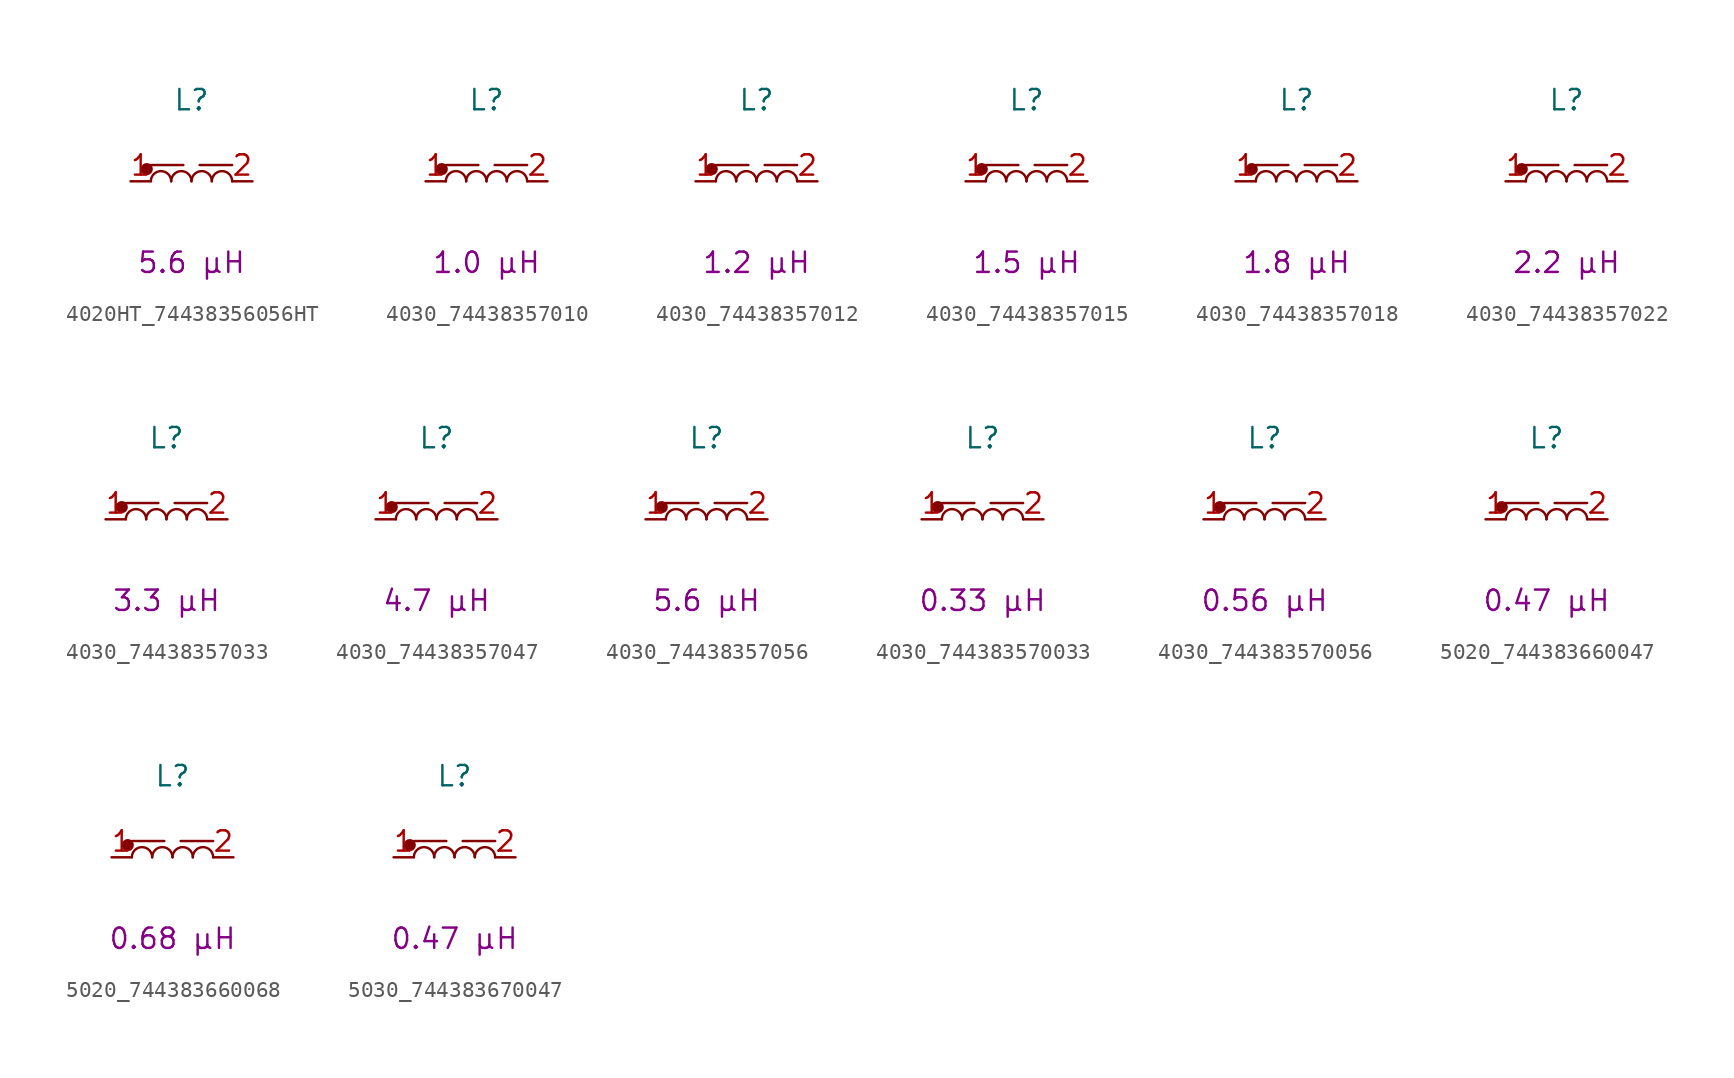
<source format=kicad_sym>
(kicad_symbol_lib
  (version 20241209)
  (generator "kicad_symbol_editor")
  (generator_version "9.0")
  (symbol "4020HT_74438356056HT"
    (pin_names
      (hide yes))
    (property "Reference" "L"
      (at 0 5.08 0)
      (effects (font (size 1.27 1.27))))
    (property "Critical Parameter" "5.6 µH"
      (at 0 -5.08 0)
      (effects (font (size 1.27 1.27))))
    (symbol "4020HT_74438356056HT_0_1"
      (polyline (pts (xy -2.54 1.016) (xy -0.508 1.016)) (stroke (width 0) (type default)) (fill (type none)))
      (arc (start -2.54 0) (mid -1.905 0.6323) (end -1.27 0) (stroke (width 0) (type default)) (fill (type none)))
      (arc (start -1.27 0) (mid -0.635 0.6323) (end 0 0) (stroke (width 0) (type default)) (fill (type none)))
      (arc (start 0 0) (mid 0.635 0.6323) (end 1.27 0) (stroke (width 0) (type default)) (fill (type none)))
      (arc (start 1.27 0) (mid 1.905 0.6323) (end 2.54 0) (stroke (width 0) (type default)) (fill (type none))))
    (symbol "4020HT_74438356056HT_1_1"
      (circle (center -2.794 0.762) (radius 0.0001) (stroke (width 0.381) (type default)) (fill (type none)))
      (polyline (pts (xy 2.54 1.016) (xy 0.508 1.016)) (stroke (width 0) (type default)) (fill (type none)))
      (pin passive line (at -3.81 0 0) (length 1.27) (name "1" (effects (font (size 1.27 1.27)))) (number "1" (effects (font (size 1.27 1.27)))))
      (pin passive line (at 3.81 0 180) (length 1.27) (name "2" (effects (font (size 1.27 1.27)))) (number "2" (effects (font (size 1.27 1.27)))))))
  (symbol "4030_74438357010"
    (pin_names
      (hide yes))
    (property "Reference" "L"
      (at 0 5.08 0)
      (effects (font (size 1.27 1.27))))
    (property "Critical Parameter" "1.0 µH"
      (at 0 -5.08 0)
      (effects (font (size 1.27 1.27))))
    (symbol "4030_74438357010_0_1"
      (polyline (pts (xy -2.54 1.016) (xy -0.508 1.016)) (stroke (width 0) (type default)) (fill (type none)))
      (arc (start -2.54 0) (mid -1.905 0.6323) (end -1.27 0) (stroke (width 0) (type default)) (fill (type none)))
      (arc (start -1.27 0) (mid -0.635 0.6323) (end 0 0) (stroke (width 0) (type default)) (fill (type none)))
      (arc (start 0 0) (mid 0.635 0.6323) (end 1.27 0) (stroke (width 0) (type default)) (fill (type none)))
      (arc (start 1.27 0) (mid 1.905 0.6323) (end 2.54 0) (stroke (width 0) (type default)) (fill (type none))))
    (symbol "4030_74438357010_1_1"
      (circle (center -2.794 0.762) (radius 0.0001) (stroke (width 0.381) (type default)) (fill (type none)))
      (polyline (pts (xy 2.54 1.016) (xy 0.508 1.016)) (stroke (width 0) (type default)) (fill (type none)))
      (pin passive line (at -3.81 0 0) (length 1.27) (name "1" (effects (font (size 1.27 1.27)))) (number "1" (effects (font (size 1.27 1.27)))))
      (pin passive line (at 3.81 0 180) (length 1.27) (name "2" (effects (font (size 1.27 1.27)))) (number "2" (effects (font (size 1.27 1.27)))))))
  (symbol "4030_74438357012"
    (pin_names
      (hide yes))
    (property "Reference" "L"
      (at 0 5.08 0)
      (effects (font (size 1.27 1.27))))
    (property "Critical Parameter" "1.2 µH"
      (at 0 -5.08 0)
      (effects (font (size 1.27 1.27))))
    (symbol "4030_74438357012_0_1"
      (polyline (pts (xy -2.54 1.016) (xy -0.508 1.016)) (stroke (width 0) (type default)) (fill (type none)))
      (arc (start -2.54 0) (mid -1.905 0.6323) (end -1.27 0) (stroke (width 0) (type default)) (fill (type none)))
      (arc (start -1.27 0) (mid -0.635 0.6323) (end 0 0) (stroke (width 0) (type default)) (fill (type none)))
      (arc (start 0 0) (mid 0.635 0.6323) (end 1.27 0) (stroke (width 0) (type default)) (fill (type none)))
      (arc (start 1.27 0) (mid 1.905 0.6323) (end 2.54 0) (stroke (width 0) (type default)) (fill (type none))))
    (symbol "4030_74438357012_1_1"
      (circle (center -2.794 0.762) (radius 0.0001) (stroke (width 0.381) (type default)) (fill (type none)))
      (polyline (pts (xy 2.54 1.016) (xy 0.508 1.016)) (stroke (width 0) (type default)) (fill (type none)))
      (pin passive line (at -3.81 0 0) (length 1.27) (name "1" (effects (font (size 1.27 1.27)))) (number "1" (effects (font (size 1.27 1.27)))))
      (pin passive line (at 3.81 0 180) (length 1.27) (name "2" (effects (font (size 1.27 1.27)))) (number "2" (effects (font (size 1.27 1.27)))))))
  (symbol "4030_74438357015"
    (pin_names
      (hide yes))
    (property "Reference" "L"
      (at 0 5.08 0)
      (effects (font (size 1.27 1.27))))
    (property "Critical Parameter" "1.5 µH"
      (at 0 -5.08 0)
      (effects (font (size 1.27 1.27))))
    (symbol "4030_74438357015_0_1"
      (polyline (pts (xy -2.54 1.016) (xy -0.508 1.016)) (stroke (width 0) (type default)) (fill (type none)))
      (arc (start -2.54 0) (mid -1.905 0.6323) (end -1.27 0) (stroke (width 0) (type default)) (fill (type none)))
      (arc (start -1.27 0) (mid -0.635 0.6323) (end 0 0) (stroke (width 0) (type default)) (fill (type none)))
      (arc (start 0 0) (mid 0.635 0.6323) (end 1.27 0) (stroke (width 0) (type default)) (fill (type none)))
      (arc (start 1.27 0) (mid 1.905 0.6323) (end 2.54 0) (stroke (width 0) (type default)) (fill (type none))))
    (symbol "4030_74438357015_1_1"
      (circle (center -2.794 0.762) (radius 0.0001) (stroke (width 0.381) (type default)) (fill (type none)))
      (polyline (pts (xy 2.54 1.016) (xy 0.508 1.016)) (stroke (width 0) (type default)) (fill (type none)))
      (pin passive line (at -3.81 0 0) (length 1.27) (name "1" (effects (font (size 1.27 1.27)))) (number "1" (effects (font (size 1.27 1.27)))))
      (pin passive line (at 3.81 0 180) (length 1.27) (name "2" (effects (font (size 1.27 1.27)))) (number "2" (effects (font (size 1.27 1.27)))))))
  (symbol "4030_74438357018"
    (pin_names
      (hide yes))
    (property "Reference" "L"
      (at 0 5.08 0)
      (effects (font (size 1.27 1.27))))
    (property "Critical Parameter" "1.8 µH"
      (at 0 -5.08 0)
      (effects (font (size 1.27 1.27))))
    (symbol "4030_74438357018_0_1"
      (polyline (pts (xy -2.54 1.016) (xy -0.508 1.016)) (stroke (width 0) (type default)) (fill (type none)))
      (arc (start -2.54 0) (mid -1.905 0.6323) (end -1.27 0) (stroke (width 0) (type default)) (fill (type none)))
      (arc (start -1.27 0) (mid -0.635 0.6323) (end 0 0) (stroke (width 0) (type default)) (fill (type none)))
      (arc (start 0 0) (mid 0.635 0.6323) (end 1.27 0) (stroke (width 0) (type default)) (fill (type none)))
      (arc (start 1.27 0) (mid 1.905 0.6323) (end 2.54 0) (stroke (width 0) (type default)) (fill (type none))))
    (symbol "4030_74438357018_1_1"
      (circle (center -2.794 0.762) (radius 0.0001) (stroke (width 0.381) (type default)) (fill (type none)))
      (polyline (pts (xy 2.54 1.016) (xy 0.508 1.016)) (stroke (width 0) (type default)) (fill (type none)))
      (pin passive line (at -3.81 0 0) (length 1.27) (name "1" (effects (font (size 1.27 1.27)))) (number "1" (effects (font (size 1.27 1.27)))))
      (pin passive line (at 3.81 0 180) (length 1.27) (name "2" (effects (font (size 1.27 1.27)))) (number "2" (effects (font (size 1.27 1.27)))))))
  (symbol "4030_74438357022"
    (pin_names
      (hide yes))
    (property "Reference" "L"
      (at 0 5.08 0)
      (effects (font (size 1.27 1.27))))
    (property "Critical Parameter" "2.2 µH"
      (at 0 -5.08 0)
      (effects (font (size 1.27 1.27))))
    (symbol "4030_74438357022_0_1"
      (polyline (pts (xy -2.54 1.016) (xy -0.508 1.016)) (stroke (width 0) (type default)) (fill (type none)))
      (arc (start -2.54 0) (mid -1.905 0.6323) (end -1.27 0) (stroke (width 0) (type default)) (fill (type none)))
      (arc (start -1.27 0) (mid -0.635 0.6323) (end 0 0) (stroke (width 0) (type default)) (fill (type none)))
      (arc (start 0 0) (mid 0.635 0.6323) (end 1.27 0) (stroke (width 0) (type default)) (fill (type none)))
      (arc (start 1.27 0) (mid 1.905 0.6323) (end 2.54 0) (stroke (width 0) (type default)) (fill (type none))))
    (symbol "4030_74438357022_1_1"
      (circle (center -2.794 0.762) (radius 0.0001) (stroke (width 0.381) (type default)) (fill (type none)))
      (polyline (pts (xy 2.54 1.016) (xy 0.508 1.016)) (stroke (width 0) (type default)) (fill (type none)))
      (pin passive line (at -3.81 0 0) (length 1.27) (name "1" (effects (font (size 1.27 1.27)))) (number "1" (effects (font (size 1.27 1.27)))))
      (pin passive line (at 3.81 0 180) (length 1.27) (name "2" (effects (font (size 1.27 1.27)))) (number "2" (effects (font (size 1.27 1.27)))))))
  (symbol "4030_74438357033"
    (pin_names
      (hide yes))
    (property "Reference" "L"
      (at 0 5.08 0)
      (effects (font (size 1.27 1.27))))
    (property "Critical Parameter" "3.3 µH"
      (at 0 -5.08 0)
      (effects (font (size 1.27 1.27))))
    (symbol "4030_74438357033_0_1"
      (polyline (pts (xy -2.54 1.016) (xy -0.508 1.016)) (stroke (width 0) (type default)) (fill (type none)))
      (arc (start -2.54 0) (mid -1.905 0.6323) (end -1.27 0) (stroke (width 0) (type default)) (fill (type none)))
      (arc (start -1.27 0) (mid -0.635 0.6323) (end 0 0) (stroke (width 0) (type default)) (fill (type none)))
      (arc (start 0 0) (mid 0.635 0.6323) (end 1.27 0) (stroke (width 0) (type default)) (fill (type none)))
      (arc (start 1.27 0) (mid 1.905 0.6323) (end 2.54 0) (stroke (width 0) (type default)) (fill (type none))))
    (symbol "4030_74438357033_1_1"
      (circle (center -2.794 0.762) (radius 0.0001) (stroke (width 0.381) (type default)) (fill (type none)))
      (polyline (pts (xy 2.54 1.016) (xy 0.508 1.016)) (stroke (width 0) (type default)) (fill (type none)))
      (pin passive line (at -3.81 0 0) (length 1.27) (name "1" (effects (font (size 1.27 1.27)))) (number "1" (effects (font (size 1.27 1.27)))))
      (pin passive line (at 3.81 0 180) (length 1.27) (name "2" (effects (font (size 1.27 1.27)))) (number "2" (effects (font (size 1.27 1.27)))))))
  (symbol "4030_74438357047"
    (pin_names
      (hide yes))
    (property "Reference" "L"
      (at 0 5.08 0)
      (effects (font (size 1.27 1.27))))
    (property "Critical Parameter" "4.7 µH"
      (at 0 -5.08 0)
      (effects (font (size 1.27 1.27))))
    (symbol "4030_74438357047_0_1"
      (polyline (pts (xy -2.54 1.016) (xy -0.508 1.016)) (stroke (width 0) (type default)) (fill (type none)))
      (arc (start -2.54 0) (mid -1.905 0.6323) (end -1.27 0) (stroke (width 0) (type default)) (fill (type none)))
      (arc (start -1.27 0) (mid -0.635 0.6323) (end 0 0) (stroke (width 0) (type default)) (fill (type none)))
      (arc (start 0 0) (mid 0.635 0.6323) (end 1.27 0) (stroke (width 0) (type default)) (fill (type none)))
      (arc (start 1.27 0) (mid 1.905 0.6323) (end 2.54 0) (stroke (width 0) (type default)) (fill (type none))))
    (symbol "4030_74438357047_1_1"
      (circle (center -2.794 0.762) (radius 0.0001) (stroke (width 0.381) (type default)) (fill (type none)))
      (polyline (pts (xy 2.54 1.016) (xy 0.508 1.016)) (stroke (width 0) (type default)) (fill (type none)))
      (pin passive line (at -3.81 0 0) (length 1.27) (name "1" (effects (font (size 1.27 1.27)))) (number "1" (effects (font (size 1.27 1.27)))))
      (pin passive line (at 3.81 0 180) (length 1.27) (name "2" (effects (font (size 1.27 1.27)))) (number "2" (effects (font (size 1.27 1.27)))))))
  (symbol "4030_74438357056"
    (pin_names
      (hide yes))
    (property "Reference" "L"
      (at 0 5.08 0)
      (effects (font (size 1.27 1.27))))
    (property "Critical Parameter" "5.6 µH"
      (at 0 -5.08 0)
      (effects (font (size 1.27 1.27))))
    (symbol "4030_74438357056_0_1"
      (polyline (pts (xy -2.54 1.016) (xy -0.508 1.016)) (stroke (width 0) (type default)) (fill (type none)))
      (arc (start -2.54 0) (mid -1.905 0.6323) (end -1.27 0) (stroke (width 0) (type default)) (fill (type none)))
      (arc (start -1.27 0) (mid -0.635 0.6323) (end 0 0) (stroke (width 0) (type default)) (fill (type none)))
      (arc (start 0 0) (mid 0.635 0.6323) (end 1.27 0) (stroke (width 0) (type default)) (fill (type none)))
      (arc (start 1.27 0) (mid 1.905 0.6323) (end 2.54 0) (stroke (width 0) (type default)) (fill (type none))))
    (symbol "4030_74438357056_1_1"
      (circle (center -2.794 0.762) (radius 0.0001) (stroke (width 0.381) (type default)) (fill (type none)))
      (polyline (pts (xy 2.54 1.016) (xy 0.508 1.016)) (stroke (width 0) (type default)) (fill (type none)))
      (pin passive line (at -3.81 0 0) (length 1.27) (name "1" (effects (font (size 1.27 1.27)))) (number "1" (effects (font (size 1.27 1.27)))))
      (pin passive line (at 3.81 0 180) (length 1.27) (name "2" (effects (font (size 1.27 1.27)))) (number "2" (effects (font (size 1.27 1.27)))))))
  (symbol "4030_744383570033"
    (pin_names
      (hide yes))
    (property "Reference" "L"
      (at 0 5.08 0)
      (effects (font (size 1.27 1.27))))
    (property "Critical Parameter" "0.33 µH"
      (at 0 -5.08 0)
      (effects (font (size 1.27 1.27))))
    (symbol "4030_744383570033_0_1"
      (polyline (pts (xy -2.54 1.016) (xy -0.508 1.016)) (stroke (width 0) (type default)) (fill (type none)))
      (arc (start -2.54 0) (mid -1.905 0.6323) (end -1.27 0) (stroke (width 0) (type default)) (fill (type none)))
      (arc (start -1.27 0) (mid -0.635 0.6323) (end 0 0) (stroke (width 0) (type default)) (fill (type none)))
      (arc (start 0 0) (mid 0.635 0.6323) (end 1.27 0) (stroke (width 0) (type default)) (fill (type none)))
      (arc (start 1.27 0) (mid 1.905 0.6323) (end 2.54 0) (stroke (width 0) (type default)) (fill (type none))))
    (symbol "4030_744383570033_1_1"
      (circle (center -2.794 0.762) (radius 0.0001) (stroke (width 0.381) (type default)) (fill (type none)))
      (polyline (pts (xy 2.54 1.016) (xy 0.508 1.016)) (stroke (width 0) (type default)) (fill (type none)))
      (pin passive line (at -3.81 0 0) (length 1.27) (name "1" (effects (font (size 1.27 1.27)))) (number "1" (effects (font (size 1.27 1.27)))))
      (pin passive line (at 3.81 0 180) (length 1.27) (name "2" (effects (font (size 1.27 1.27)))) (number "2" (effects (font (size 1.27 1.27)))))))
  (symbol "4030_744383570056"
    (pin_names
      (hide yes))
    (property "Reference" "L"
      (at 0 5.08 0)
      (effects (font (size 1.27 1.27))))
    (property "Critical Parameter" "0.56 µH"
      (at 0 -5.08 0)
      (effects (font (size 1.27 1.27))))
    (symbol "4030_744383570056_0_1"
      (polyline (pts (xy -2.54 1.016) (xy -0.508 1.016)) (stroke (width 0) (type default)) (fill (type none)))
      (arc (start -2.54 0) (mid -1.905 0.6323) (end -1.27 0) (stroke (width 0) (type default)) (fill (type none)))
      (arc (start -1.27 0) (mid -0.635 0.6323) (end 0 0) (stroke (width 0) (type default)) (fill (type none)))
      (arc (start 0 0) (mid 0.635 0.6323) (end 1.27 0) (stroke (width 0) (type default)) (fill (type none)))
      (arc (start 1.27 0) (mid 1.905 0.6323) (end 2.54 0) (stroke (width 0) (type default)) (fill (type none))))
    (symbol "4030_744383570056_1_1"
      (circle (center -2.794 0.762) (radius 0.0001) (stroke (width 0.381) (type default)) (fill (type none)))
      (polyline (pts (xy 2.54 1.016) (xy 0.508 1.016)) (stroke (width 0) (type default)) (fill (type none)))
      (pin passive line (at -3.81 0 0) (length 1.27) (name "1" (effects (font (size 1.27 1.27)))) (number "1" (effects (font (size 1.27 1.27)))))
      (pin passive line (at 3.81 0 180) (length 1.27) (name "2" (effects (font (size 1.27 1.27)))) (number "2" (effects (font (size 1.27 1.27)))))))
  (symbol "5020_744383660047"
    (pin_names
      (hide yes))
    (property "Reference" "L"
      (at 0 5.08 0)
      (effects (font (size 1.27 1.27))))
    (property "Critical Parameter" "0.47 µH"
      (at 0 -5.08 0)
      (effects (font (size 1.27 1.27))))
    (symbol "5020_744383660047_0_1"
      (polyline (pts (xy -2.54 1.016) (xy -0.508 1.016)) (stroke (width 0) (type default)) (fill (type none)))
      (arc (start -2.54 0) (mid -1.905 0.6323) (end -1.27 0) (stroke (width 0) (type default)) (fill (type none)))
      (arc (start -1.27 0) (mid -0.635 0.6323) (end 0 0) (stroke (width 0) (type default)) (fill (type none)))
      (arc (start 0 0) (mid 0.635 0.6323) (end 1.27 0) (stroke (width 0) (type default)) (fill (type none)))
      (arc (start 1.27 0) (mid 1.905 0.6323) (end 2.54 0) (stroke (width 0) (type default)) (fill (type none))))
    (symbol "5020_744383660047_1_1"
      (circle (center -2.794 0.762) (radius 0.0001) (stroke (width 0.381) (type default)) (fill (type none)))
      (polyline (pts (xy 2.54 1.016) (xy 0.508 1.016)) (stroke (width 0) (type default)) (fill (type none)))
      (pin passive line (at -3.81 0 0) (length 1.27) (name "1" (effects (font (size 1.27 1.27)))) (number "1" (effects (font (size 1.27 1.27)))))
      (pin passive line (at 3.81 0 180) (length 1.27) (name "2" (effects (font (size 1.27 1.27)))) (number "2" (effects (font (size 1.27 1.27)))))))
  (symbol "5020_744383660068"
    (pin_names
      (hide yes))
    (property "Reference" "L"
      (at 0 5.08 0)
      (effects (font (size 1.27 1.27))))
    (property "Critical Parameter" "0.68 µH"
      (at 0 -5.08 0)
      (effects (font (size 1.27 1.27))))
    (symbol "5020_744383660068_0_1"
      (polyline (pts (xy -2.54 1.016) (xy -0.508 1.016)) (stroke (width 0) (type default)) (fill (type none)))
      (arc (start -2.54 0) (mid -1.905 0.6323) (end -1.27 0) (stroke (width 0) (type default)) (fill (type none)))
      (arc (start -1.27 0) (mid -0.635 0.6323) (end 0 0) (stroke (width 0) (type default)) (fill (type none)))
      (arc (start 0 0) (mid 0.635 0.6323) (end 1.27 0) (stroke (width 0) (type default)) (fill (type none)))
      (arc (start 1.27 0) (mid 1.905 0.6323) (end 2.54 0) (stroke (width 0) (type default)) (fill (type none))))
    (symbol "5020_744383660068_1_1"
      (circle (center -2.794 0.762) (radius 0.0001) (stroke (width 0.381) (type default)) (fill (type none)))
      (polyline (pts (xy 2.54 1.016) (xy 0.508 1.016)) (stroke (width 0) (type default)) (fill (type none)))
      (pin passive line (at -3.81 0 0) (length 1.27) (name "1" (effects (font (size 1.27 1.27)))) (number "1" (effects (font (size 1.27 1.27)))))
      (pin passive line (at 3.81 0 180) (length 1.27) (name "2" (effects (font (size 1.27 1.27)))) (number "2" (effects (font (size 1.27 1.27)))))))
  (symbol "5030_744383670047"
    (pin_names
      (hide yes))
    (property "Reference" "L"
      (at 0 5.08 0)
      (effects (font (size 1.27 1.27))))
    (property "Critical Parameter" "0.47 µH"
      (at 0 -5.08 0)
      (effects (font (size 1.27 1.27))))
    (symbol "5030_744383670047_0_1"
      (polyline (pts (xy -2.54 1.016) (xy -0.508 1.016)) (stroke (width 0) (type default)) (fill (type none)))
      (arc (start -2.54 0) (mid -1.905 0.6323) (end -1.27 0) (stroke (width 0) (type default)) (fill (type none)))
      (arc (start -1.27 0) (mid -0.635 0.6323) (end 0 0) (stroke (width 0) (type default)) (fill (type none)))
      (arc (start 0 0) (mid 0.635 0.6323) (end 1.27 0) (stroke (width 0) (type default)) (fill (type none)))
      (arc (start 1.27 0) (mid 1.905 0.6323) (end 2.54 0) (stroke (width 0) (type default)) (fill (type none))))
    (symbol "5030_744383670047_1_1"
      (circle (center -2.794 0.762) (radius 0.0001) (stroke (width 0.381) (type default)) (fill (type none)))
      (polyline (pts (xy 2.54 1.016) (xy 0.508 1.016)) (stroke (width 0) (type default)) (fill (type none)))
      (pin passive line (at -3.81 0 0) (length 1.27) (name "1" (effects (font (size 1.27 1.27)))) (number "1" (effects (font (size 1.27 1.27)))))
      (pin passive line (at 3.81 0 180) (length 1.27) (name "2" (effects (font (size 1.27 1.27)))) (number "2" (effects (font (size 1.27 1.27))))))))
</source>
